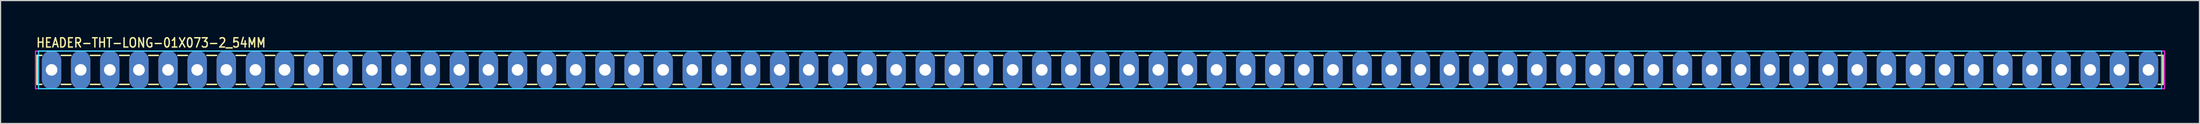
<source format=kicad_pcb>
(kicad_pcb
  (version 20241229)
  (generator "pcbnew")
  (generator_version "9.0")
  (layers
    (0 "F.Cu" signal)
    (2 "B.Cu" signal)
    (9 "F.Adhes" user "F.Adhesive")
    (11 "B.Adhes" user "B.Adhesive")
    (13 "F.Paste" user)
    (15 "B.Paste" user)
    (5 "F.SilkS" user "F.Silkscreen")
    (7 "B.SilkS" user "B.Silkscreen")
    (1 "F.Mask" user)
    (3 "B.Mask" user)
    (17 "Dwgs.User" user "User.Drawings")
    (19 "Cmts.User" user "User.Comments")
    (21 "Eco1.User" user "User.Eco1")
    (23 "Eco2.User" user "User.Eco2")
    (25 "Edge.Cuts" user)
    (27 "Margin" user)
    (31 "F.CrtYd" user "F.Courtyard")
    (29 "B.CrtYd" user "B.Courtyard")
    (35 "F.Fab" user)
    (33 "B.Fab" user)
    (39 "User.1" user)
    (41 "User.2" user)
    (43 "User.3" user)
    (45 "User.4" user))
  (footprint "HEADER-THT-LONG-01X073-2_54MM"
    (layer "F.Cu")
    (at 1.447 3.079)
    (property "Reference" "HEADER-THT-LONG-01X073-2_54MM" (at -1.4 -1.9 0) (unlocked yes) (layer "F.SilkS") (effects (font (size 0.813 0.695) (thickness 0.122)) (justify left bottom)))
    (fp_line (start -1.27 -1.27) (end -1.27 1.27) (stroke (width 0.127) (type solid)) (layer "F.SilkS"))
    (fp_line (start -1.27 1.27) (end -0.85 1.27) (stroke (width 0.127) (type solid)) (layer "F.SilkS"))
    (fp_line (start -0.85 -1.27) (end -1.27 -1.27) (stroke (width 0.127) (type solid)) (layer "F.SilkS"))
    (fp_line (start 0.85 -1.27) (end 1.69 -1.27) (stroke (width 0.127) (type solid)) (layer "F.SilkS"))
    (fp_line (start 0.85 1.27) (end 1.69 1.27) (stroke (width 0.127) (type solid)) (layer "F.SilkS"))
    (fp_line (start 3.39 -1.27) (end 4.23 -1.27) (stroke (width 0.127) (type solid)) (layer "F.SilkS"))
    (fp_line (start 3.39 1.27) (end 4.23 1.27) (stroke (width 0.127) (type solid)) (layer "F.SilkS"))
    (fp_line (start 5.93 -1.27) (end 6.77 -1.27) (stroke (width 0.127) (type solid)) (layer "F.SilkS"))
    (fp_line (start 5.93 1.27) (end 6.77 1.27) (stroke (width 0.127) (type solid)) (layer "F.SilkS"))
    (fp_line (start 8.47 -1.27) (end 9.31 -1.27) (stroke (width 0.127) (type solid)) (layer "F.SilkS"))
    (fp_line (start 8.47 1.27) (end 9.31 1.27) (stroke (width 0.127) (type solid)) (layer "F.SilkS"))
    (fp_line (start 11.01 -1.27) (end 11.85 -1.27) (stroke (width 0.127) (type solid)) (layer "F.SilkS"))
    (fp_line (start 11.01 1.27) (end 11.85 1.27) (stroke (width 0.127) (type solid)) (layer "F.SilkS"))
    (fp_line (start 13.55 -1.27) (end 14.39 -1.27) (stroke (width 0.127) (type solid)) (layer "F.SilkS"))
    (fp_line (start 13.55 1.27) (end 14.39 1.27) (stroke (width 0.127) (type solid)) (layer "F.SilkS"))
    (fp_line (start 16.09 -1.27) (end 16.93 -1.27) (stroke (width 0.127) (type solid)) (layer "F.SilkS"))
    (fp_line (start 16.09 1.27) (end 16.93 1.27) (stroke (width 0.127) (type solid)) (layer "F.SilkS"))
    (fp_line (start 18.63 -1.27) (end 19.47 -1.27) (stroke (width 0.127) (type solid)) (layer "F.SilkS"))
    (fp_line (start 18.63 1.27) (end 19.47 1.27) (stroke (width 0.127) (type solid)) (layer "F.SilkS"))
    (fp_line (start 21.17 -1.27) (end 22.01 -1.27) (stroke (width 0.127) (type solid)) (layer "F.SilkS"))
    (fp_line (start 21.17 1.27) (end 22.01 1.27) (stroke (width 0.127) (type solid)) (layer "F.SilkS"))
    (fp_line (start 23.71 -1.27) (end 24.55 -1.27) (stroke (width 0.127) (type solid)) (layer "F.SilkS"))
    (fp_line (start 23.71 1.27) (end 24.55 1.27) (stroke (width 0.127) (type solid)) (layer "F.SilkS"))
    (fp_line (start 26.25 -1.27) (end 27.09 -1.27) (stroke (width 0.127) (type solid)) (layer "F.SilkS"))
    (fp_line (start 26.25 1.27) (end 27.09 1.27) (stroke (width 0.127) (type solid)) (layer "F.SilkS"))
    (fp_line (start 28.79 -1.27) (end 29.63 -1.27) (stroke (width 0.127) (type solid)) (layer "F.SilkS"))
    (fp_line (start 28.79 1.27) (end 29.63 1.27) (stroke (width 0.127) (type solid)) (layer "F.SilkS"))
    (fp_line (start 31.33 -1.27) (end 32.17 -1.27) (stroke (width 0.127) (type solid)) (layer "F.SilkS"))
    (fp_line (start 31.33 1.27) (end 32.17 1.27) (stroke (width 0.127) (type solid)) (layer "F.SilkS"))
    (fp_line (start 33.87 -1.27) (end 34.71 -1.27) (stroke (width 0.127) (type solid)) (layer "F.SilkS"))
    (fp_line (start 33.87 1.27) (end 34.71 1.27) (stroke (width 0.127) (type solid)) (layer "F.SilkS"))
    (fp_line (start 36.41 -1.27) (end 37.25 -1.27) (stroke (width 0.127) (type solid)) (layer "F.SilkS"))
    (fp_line (start 36.41 1.27) (end 37.25 1.27) (stroke (width 0.127) (type solid)) (layer "F.SilkS"))
    (fp_line (start 38.95 -1.27) (end 39.79 -1.27) (stroke (width 0.127) (type solid)) (layer "F.SilkS"))
    (fp_line (start 38.95 1.27) (end 39.79 1.27) (stroke (width 0.127) (type solid)) (layer "F.SilkS"))
    (fp_line (start 41.49 -1.27) (end 42.33 -1.27) (stroke (width 0.127) (type solid)) (layer "F.SilkS"))
    (fp_line (start 41.49 1.27) (end 42.33 1.27) (stroke (width 0.127) (type solid)) (layer "F.SilkS"))
    (fp_line (start 44.03 -1.27) (end 44.87 -1.27) (stroke (width 0.127) (type solid)) (layer "F.SilkS"))
    (fp_line (start 44.03 1.27) (end 44.87 1.27) (stroke (width 0.127) (type solid)) (layer "F.SilkS"))
    (fp_line (start 46.57 -1.27) (end 47.41 -1.27) (stroke (width 0.127) (type solid)) (layer "F.SilkS"))
    (fp_line (start 46.57 1.27) (end 47.41 1.27) (stroke (width 0.127) (type solid)) (layer "F.SilkS"))
    (fp_line (start 49.11 -1.27) (end 49.95 -1.27) (stroke (width 0.127) (type solid)) (layer "F.SilkS"))
    (fp_line (start 49.11 1.27) (end 49.95 1.27) (stroke (width 0.127) (type solid)) (layer "F.SilkS"))
    (fp_line (start 51.65 -1.27) (end 52.49 -1.27) (stroke (width 0.127) (type solid)) (layer "F.SilkS"))
    (fp_line (start 51.65 1.27) (end 52.49 1.27) (stroke (width 0.127) (type solid)) (layer "F.SilkS"))
    (fp_line (start 54.19 -1.27) (end 55.03 -1.27) (stroke (width 0.127) (type solid)) (layer "F.SilkS"))
    (fp_line (start 54.19 1.27) (end 55.03 1.27) (stroke (width 0.127) (type solid)) (layer "F.SilkS"))
    (fp_line (start 56.73 -1.27) (end 57.57 -1.27) (stroke (width 0.127) (type solid)) (layer "F.SilkS"))
    (fp_line (start 56.73 1.27) (end 57.57 1.27) (stroke (width 0.127) (type solid)) (layer "F.SilkS"))
    (fp_line (start 59.27 -1.27) (end 60.11 -1.27) (stroke (width 0.127) (type solid)) (layer "F.SilkS"))
    (fp_line (start 59.27 1.27) (end 60.11 1.27) (stroke (width 0.127) (type solid)) (layer "F.SilkS"))
    (fp_line (start 61.81 -1.27) (end 62.65 -1.27) (stroke (width 0.127) (type solid)) (layer "F.SilkS"))
    (fp_line (start 61.81 1.27) (end 62.65 1.27) (stroke (width 0.127) (type solid)) (layer "F.SilkS"))
    (fp_line (start 64.35 -1.27) (end 65.19 -1.27) (stroke (width 0.127) (type solid)) (layer "F.SilkS"))
    (fp_line (start 64.35 1.27) (end 65.19 1.27) (stroke (width 0.127) (type solid)) (layer "F.SilkS"))
    (fp_line (start 66.89 -1.27) (end 67.73 -1.27) (stroke (width 0.127) (type solid)) (layer "F.SilkS"))
    (fp_line (start 66.89 1.27) (end 67.73 1.27) (stroke (width 0.127) (type solid)) (layer "F.SilkS"))
    (fp_line (start 69.43 -1.27) (end 70.27 -1.27) (stroke (width 0.127) (type solid)) (layer "F.SilkS"))
    (fp_line (start 69.43 1.27) (end 70.27 1.27) (stroke (width 0.127) (type solid)) (layer "F.SilkS"))
    (fp_line (start 71.97 -1.27) (end 72.81 -1.27) (stroke (width 0.127) (type solid)) (layer "F.SilkS"))
    (fp_line (start 71.97 1.27) (end 72.81 1.27) (stroke (width 0.127) (type solid)) (layer "F.SilkS"))
    (fp_line (start 74.51 -1.27) (end 75.35 -1.27) (stroke (width 0.127) (type solid)) (layer "F.SilkS"))
    (fp_line (start 74.51 1.27) (end 75.35 1.27) (stroke (width 0.127) (type solid)) (layer "F.SilkS"))
    (fp_line (start 77.05 -1.27) (end 77.89 -1.27) (stroke (width 0.127) (type solid)) (layer "F.SilkS"))
    (fp_line (start 77.05 1.27) (end 77.89 1.27) (stroke (width 0.127) (type solid)) (layer "F.SilkS"))
    (fp_line (start 79.59 -1.27) (end 80.43 -1.27) (stroke (width 0.127) (type solid)) (layer "F.SilkS"))
    (fp_line (start 79.59 1.27) (end 80.43 1.27) (stroke (width 0.127) (type solid)) (layer "F.SilkS"))
    (fp_line (start 82.13 -1.27) (end 82.97 -1.27) (stroke (width 0.127) (type solid)) (layer "F.SilkS"))
    (fp_line (start 82.13 1.27) (end 82.97 1.27) (stroke (width 0.127) (type solid)) (layer "F.SilkS"))
    (fp_line (start 84.67 -1.27) (end 85.51 -1.27) (stroke (width 0.127) (type solid)) (layer "F.SilkS"))
    (fp_line (start 84.67 1.27) (end 85.51 1.27) (stroke (width 0.127) (type solid)) (layer "F.SilkS"))
    (fp_line (start 87.21 -1.27) (end 88.05 -1.27) (stroke (width 0.127) (type solid)) (layer "F.SilkS"))
    (fp_line (start 87.21 1.27) (end 88.05 1.27) (stroke (width 0.127) (type solid)) (layer "F.SilkS"))
    (fp_line (start 89.75 -1.27) (end 90.59 -1.27) (stroke (width 0.127) (type solid)) (layer "F.SilkS"))
    (fp_line (start 89.75 1.27) (end 90.59 1.27) (stroke (width 0.127) (type solid)) (layer "F.SilkS"))
    (fp_line (start 92.29 -1.27) (end 93.13 -1.27) (stroke (width 0.127) (type solid)) (layer "F.SilkS"))
    (fp_line (start 92.29 1.27) (end 93.13 1.27) (stroke (width 0.127) (type solid)) (layer "F.SilkS"))
    (fp_line (start 94.83 -1.27) (end 95.67 -1.27) (stroke (width 0.127) (type solid)) (layer "F.SilkS"))
    (fp_line (start 94.83 1.27) (end 95.67 1.27) (stroke (width 0.127) (type solid)) (layer "F.SilkS"))
    (fp_line (start 97.37 -1.27) (end 98.21 -1.27) (stroke (width 0.127) (type solid)) (layer "F.SilkS"))
    (fp_line (start 97.37 1.27) (end 98.21 1.27) (stroke (width 0.127) (type solid)) (layer "F.SilkS"))
    (fp_line (start 99.91 -1.27) (end 100.75 -1.27) (stroke (width 0.127) (type solid)) (layer "F.SilkS"))
    (fp_line (start 99.91 1.27) (end 100.75 1.27) (stroke (width 0.127) (type solid)) (layer "F.SilkS"))
    (fp_line (start 102.45 -1.27) (end 103.29 -1.27) (stroke (width 0.127) (type solid)) (layer "F.SilkS"))
    (fp_line (start 102.45 1.27) (end 103.29 1.27) (stroke (width 0.127) (type solid)) (layer "F.SilkS"))
    (fp_line (start 104.99 -1.27) (end 105.83 -1.27) (stroke (width 0.127) (type solid)) (layer "F.SilkS"))
    (fp_line (start 104.99 1.27) (end 105.83 1.27) (stroke (width 0.127) (type solid)) (layer "F.SilkS"))
    (fp_line (start 107.53 -1.27) (end 108.37 -1.27) (stroke (width 0.127) (type solid)) (layer "F.SilkS"))
    (fp_line (start 107.53 1.27) (end 108.37 1.27) (stroke (width 0.127) (type solid)) (layer "F.SilkS"))
    (fp_line (start 110.07 -1.27) (end 110.91 -1.27) (stroke (width 0.127) (type solid)) (layer "F.SilkS"))
    (fp_line (start 110.07 1.27) (end 110.91 1.27) (stroke (width 0.127) (type solid)) (layer "F.SilkS"))
    (fp_line (start 112.61 -1.27) (end 113.45 -1.27) (stroke (width 0.127) (type solid)) (layer "F.SilkS"))
    (fp_line (start 112.61 1.27) (end 113.45 1.27) (stroke (width 0.127) (type solid)) (layer "F.SilkS"))
    (fp_line (start 115.15 -1.27) (end 115.99 -1.27) (stroke (width 0.127) (type solid)) (layer "F.SilkS"))
    (fp_line (start 115.15 1.27) (end 115.99 1.27) (stroke (width 0.127) (type solid)) (layer "F.SilkS"))
    (fp_line (start 117.69 -1.27) (end 118.53 -1.27) (stroke (width 0.127) (type solid)) (layer "F.SilkS"))
    (fp_line (start 117.69 1.27) (end 118.53 1.27) (stroke (width 0.127) (type solid)) (layer "F.SilkS"))
    (fp_line (start 120.23 -1.27) (end 121.07 -1.27) (stroke (width 0.127) (type solid)) (layer "F.SilkS"))
    (fp_line (start 120.23 1.27) (end 121.07 1.27) (stroke (width 0.127) (type solid)) (layer "F.SilkS"))
    (fp_line (start 122.77 -1.27) (end 123.61 -1.27) (stroke (width 0.127) (type solid)) (layer "F.SilkS"))
    (fp_line (start 122.77 1.27) (end 123.61 1.27) (stroke (width 0.127) (type solid)) (layer "F.SilkS"))
    (fp_line (start 125.31 -1.27) (end 126.15 -1.27) (stroke (width 0.127) (type solid)) (layer "F.SilkS"))
    (fp_line (start 125.31 1.27) (end 126.15 1.27) (stroke (width 0.127) (type solid)) (layer "F.SilkS"))
    (fp_line (start 127.85 -1.27) (end 128.69 -1.27) (stroke (width 0.127) (type solid)) (layer "F.SilkS"))
    (fp_line (start 127.85 1.27) (end 128.69 1.27) (stroke (width 0.127) (type solid)) (layer "F.SilkS"))
    (fp_line (start 130.39 -1.27) (end 131.23 -1.27) (stroke (width 0.127) (type solid)) (layer "F.SilkS"))
    (fp_line (start 130.39 1.27) (end 131.23 1.27) (stroke (width 0.127) (type solid)) (layer "F.SilkS"))
    (fp_line (start 132.93 -1.27) (end 133.77 -1.27) (stroke (width 0.127) (type solid)) (layer "F.SilkS"))
    (fp_line (start 132.93 1.27) (end 133.77 1.27) (stroke (width 0.127) (type solid)) (layer "F.SilkS"))
    (fp_line (start 135.47 -1.27) (end 136.31 -1.27) (stroke (width 0.127) (type solid)) (layer "F.SilkS"))
    (fp_line (start 135.47 1.27) (end 136.31 1.27) (stroke (width 0.127) (type solid)) (layer "F.SilkS"))
    (fp_line (start 138.01 -1.27) (end 138.85 -1.27) (stroke (width 0.127) (type solid)) (layer "F.SilkS"))
    (fp_line (start 138.01 1.27) (end 138.85 1.27) (stroke (width 0.127) (type solid)) (layer "F.SilkS"))
    (fp_line (start 140.55 -1.27) (end 141.39 -1.27) (stroke (width 0.127) (type solid)) (layer "F.SilkS"))
    (fp_line (start 140.55 1.27) (end 141.39 1.27) (stroke (width 0.127) (type solid)) (layer "F.SilkS"))
    (fp_line (start 143.09 -1.27) (end 143.93 -1.27) (stroke (width 0.127) (type solid)) (layer "F.SilkS"))
    (fp_line (start 143.09 1.27) (end 143.93 1.27) (stroke (width 0.127) (type solid)) (layer "F.SilkS"))
    (fp_line (start 145.63 -1.27) (end 146.47 -1.27) (stroke (width 0.127) (type solid)) (layer "F.SilkS"))
    (fp_line (start 145.63 1.27) (end 146.47 1.27) (stroke (width 0.127) (type solid)) (layer "F.SilkS"))
    (fp_line (start 148.17 -1.27) (end 149.01 -1.27) (stroke (width 0.127) (type solid)) (layer "F.SilkS"))
    (fp_line (start 148.17 1.27) (end 149.01 1.27) (stroke (width 0.127) (type solid)) (layer "F.SilkS"))
    (fp_line (start 150.71 -1.27) (end 151.55 -1.27) (stroke (width 0.127) (type solid)) (layer "F.SilkS"))
    (fp_line (start 150.71 1.27) (end 151.55 1.27) (stroke (width 0.127) (type solid)) (layer "F.SilkS"))
    (fp_line (start 153.25 -1.27) (end 154.09 -1.27) (stroke (width 0.127) (type solid)) (layer "F.SilkS"))
    (fp_line (start 153.25 1.27) (end 154.09 1.27) (stroke (width 0.127) (type solid)) (layer "F.SilkS"))
    (fp_line (start 155.79 -1.27) (end 156.63 -1.27) (stroke (width 0.127) (type solid)) (layer "F.SilkS"))
    (fp_line (start 155.79 1.27) (end 156.63 1.27) (stroke (width 0.127) (type solid)) (layer "F.SilkS"))
    (fp_line (start 158.33 -1.27) (end 159.17 -1.27) (stroke (width 0.127) (type solid)) (layer "F.SilkS"))
    (fp_line (start 158.33 1.27) (end 159.17 1.27) (stroke (width 0.127) (type solid)) (layer "F.SilkS"))
    (fp_line (start 160.87 -1.27) (end 161.71 -1.27) (stroke (width 0.127) (type solid)) (layer "F.SilkS"))
    (fp_line (start 160.87 1.27) (end 161.71 1.27) (stroke (width 0.127) (type solid)) (layer "F.SilkS"))
    (fp_line (start 163.41 -1.27) (end 164.25 -1.27) (stroke (width 0.127) (type solid)) (layer "F.SilkS"))
    (fp_line (start 163.41 1.27) (end 164.25 1.27) (stroke (width 0.127) (type solid)) (layer "F.SilkS"))
    (fp_line (start 165.95 -1.27) (end 166.79 -1.27) (stroke (width 0.127) (type solid)) (layer "F.SilkS"))
    (fp_line (start 165.95 1.27) (end 166.79 1.27) (stroke (width 0.127) (type solid)) (layer "F.SilkS"))
    (fp_line (start 168.49 -1.27) (end 169.33 -1.27) (stroke (width 0.127) (type solid)) (layer "F.SilkS"))
    (fp_line (start 168.49 1.27) (end 169.33 1.27) (stroke (width 0.127) (type solid)) (layer "F.SilkS"))
    (fp_line (start 171.03 -1.27) (end 171.87 -1.27) (stroke (width 0.127) (type solid)) (layer "F.SilkS"))
    (fp_line (start 171.03 1.27) (end 171.87 1.27) (stroke (width 0.127) (type solid)) (layer "F.SilkS"))
    (fp_line (start 173.57 -1.27) (end 174.41 -1.27) (stroke (width 0.127) (type solid)) (layer "F.SilkS"))
    (fp_line (start 173.57 1.27) (end 174.41 1.27) (stroke (width 0.127) (type solid)) (layer "F.SilkS"))
    (fp_line (start 176.11 -1.27) (end 176.95 -1.27) (stroke (width 0.127) (type solid)) (layer "F.SilkS"))
    (fp_line (start 176.11 1.27) (end 176.95 1.27) (stroke (width 0.127) (type solid)) (layer "F.SilkS"))
    (fp_line (start 178.65 -1.27) (end 179.49 -1.27) (stroke (width 0.127) (type solid)) (layer "F.SilkS"))
    (fp_line (start 178.65 1.27) (end 179.49 1.27) (stroke (width 0.127) (type solid)) (layer "F.SilkS"))
    (fp_line (start 181.19 -1.27) (end 182.03 -1.27) (stroke (width 0.127) (type solid)) (layer "F.SilkS"))
    (fp_line (start 181.19 1.27) (end 182.03 1.27) (stroke (width 0.127) (type solid)) (layer "F.SilkS"))
    (fp_line (start 183.73 -1.27) (end 184.15 -1.27) (stroke (width 0.127) (type solid)) (layer "F.SilkS"))
    (fp_line (start 184.15 -1.27) (end 184.15 1.27) (stroke (width 0.127) (type solid)) (layer "F.SilkS"))
    (fp_line (start 184.15 1.27) (end 183.73 1.27) (stroke (width 0.127) (type solid)) (layer "F.SilkS"))
    (fp_poly (pts (xy -1.143 -1.651) (xy 184.023 -1.651) (xy 184.023 1.651) (xy -1.143 1.651)) (stroke (width 0.1) (type solid)) (fill no) (layer "B.CrtYd"))
    (fp_poly (pts (xy -1.397 -1.651) (xy 184.277 -1.651) (xy 184.277 1.651) (xy -1.397 1.651)) (stroke (width 0.1) (type solid)) (fill no) (layer "F.CrtYd"))
    (pad "1" thru_hole oval (at 0 0 90) (size 3.387 1.693) (drill 1.016) (layers "*.Cu" "*.Mask"))
    (pad "2" thru_hole oval (at 2.54 0 90) (size 3.387 1.693) (drill 1.016) (layers "*.Cu" "*.Mask"))
    (pad "3" thru_hole oval (at 5.08 0 90) (size 3.387 1.693) (drill 1.016) (layers "*.Cu" "*.Mask"))
    (pad "4" thru_hole oval (at 7.62 0 90) (size 3.387 1.693) (drill 1.016) (layers "*.Cu" "*.Mask"))
    (pad "5" thru_hole oval (at 10.16 0 90) (size 3.387 1.693) (drill 1.016) (layers "*.Cu" "*.Mask"))
    (pad "6" thru_hole oval (at 12.7 0 90) (size 3.387 1.693) (drill 1.016) (layers "*.Cu" "*.Mask"))
    (pad "7" thru_hole oval (at 15.24 0 90) (size 3.387 1.693) (drill 1.016) (layers "*.Cu" "*.Mask"))
    (pad "8" thru_hole oval (at 17.78 0 90) (size 3.387 1.693) (drill 1.016) (layers "*.Cu" "*.Mask"))
    (pad "9" thru_hole oval (at 20.32 0 90) (size 3.387 1.693) (drill 1.016) (layers "*.Cu" "*.Mask"))
    (pad "10" thru_hole oval (at 22.86 0 90) (size 3.387 1.693) (drill 1.016) (layers "*.Cu" "*.Mask"))
    (pad "11" thru_hole oval (at 25.4 0 90) (size 3.387 1.693) (drill 1.016) (layers "*.Cu" "*.Mask"))
    (pad "12" thru_hole oval (at 27.94 0 90) (size 3.387 1.693) (drill 1.016) (layers "*.Cu" "*.Mask"))
    (pad "13" thru_hole oval (at 30.48 0 90) (size 3.387 1.693) (drill 1.016) (layers "*.Cu" "*.Mask"))
    (pad "14" thru_hole oval (at 33.02 0 90) (size 3.387 1.693) (drill 1.016) (layers "*.Cu" "*.Mask"))
    (pad "15" thru_hole oval (at 35.56 0 90) (size 3.387 1.693) (drill 1.016) (layers "*.Cu" "*.Mask"))
    (pad "16" thru_hole oval (at 38.1 0 90) (size 3.387 1.693) (drill 1.016) (layers "*.Cu" "*.Mask"))
    (pad "17" thru_hole oval (at 40.64 0 90) (size 3.387 1.693) (drill 1.016) (layers "*.Cu" "*.Mask"))
    (pad "18" thru_hole oval (at 43.18 0 90) (size 3.387 1.693) (drill 1.016) (layers "*.Cu" "*.Mask"))
    (pad "19" thru_hole oval (at 45.72 0 90) (size 3.387 1.693) (drill 1.016) (layers "*.Cu" "*.Mask"))
    (pad "20" thru_hole oval (at 48.26 0 90) (size 3.387 1.693) (drill 1.016) (layers "*.Cu" "*.Mask"))
    (pad "21" thru_hole oval (at 50.8 0 90) (size 3.387 1.693) (drill 1.016) (layers "*.Cu" "*.Mask"))
    (pad "22" thru_hole oval (at 53.34 0 90) (size 3.387 1.693) (drill 1.016) (layers "*.Cu" "*.Mask"))
    (pad "23" thru_hole oval (at 55.88 0 90) (size 3.387 1.693) (drill 1.016) (layers "*.Cu" "*.Mask"))
    (pad "24" thru_hole oval (at 58.42 0 90) (size 3.387 1.693) (drill 1.016) (layers "*.Cu" "*.Mask"))
    (pad "25" thru_hole oval (at 60.96 0 90) (size 3.387 1.693) (drill 1.016) (layers "*.Cu" "*.Mask"))
    (pad "26" thru_hole oval (at 63.5 0 90) (size 3.387 1.693) (drill 1.016) (layers "*.Cu" "*.Mask"))
    (pad "27" thru_hole oval (at 66.04 0 90) (size 3.387 1.693) (drill 1.016) (layers "*.Cu" "*.Mask"))
    (pad "28" thru_hole oval (at 68.58 0 90) (size 3.387 1.693) (drill 1.016) (layers "*.Cu" "*.Mask"))
    (pad "29" thru_hole oval (at 71.12 0 90) (size 3.387 1.693) (drill 1.016) (layers "*.Cu" "*.Mask"))
    (pad "30" thru_hole oval (at 73.66 0 90) (size 3.387 1.693) (drill 1.016) (layers "*.Cu" "*.Mask"))
    (pad "31" thru_hole oval (at 76.2 0 90) (size 3.387 1.693) (drill 1.016) (layers "*.Cu" "*.Mask"))
    (pad "32" thru_hole oval (at 78.74 0 90) (size 3.387 1.693) (drill 1.016) (layers "*.Cu" "*.Mask"))
    (pad "33" thru_hole oval (at 81.28 0 90) (size 3.387 1.693) (drill 1.016) (layers "*.Cu" "*.Mask"))
    (pad "34" thru_hole oval (at 83.82 0 90) (size 3.387 1.693) (drill 1.016) (layers "*.Cu" "*.Mask"))
    (pad "35" thru_hole oval (at 86.36 0 90) (size 3.387 1.693) (drill 1.016) (layers "*.Cu" "*.Mask"))
    (pad "36" thru_hole oval (at 88.9 0 90) (size 3.387 1.693) (drill 1.016) (layers "*.Cu" "*.Mask"))
    (pad "37" thru_hole oval (at 91.44 0 90) (size 3.387 1.693) (drill 1.016) (layers "*.Cu" "*.Mask"))
    (pad "38" thru_hole oval (at 93.98 0 90) (size 3.387 1.693) (drill 1.016) (layers "*.Cu" "*.Mask"))
    (pad "39" thru_hole oval (at 96.52 0 90) (size 3.387 1.693) (drill 1.016) (layers "*.Cu" "*.Mask"))
    (pad "40" thru_hole oval (at 99.06 0 90) (size 3.387 1.693) (drill 1.016) (layers "*.Cu" "*.Mask"))
    (pad "41" thru_hole oval (at 101.6 0 90) (size 3.387 1.693) (drill 1.016) (layers "*.Cu" "*.Mask"))
    (pad "42" thru_hole oval (at 104.14 0 90) (size 3.387 1.693) (drill 1.016) (layers "*.Cu" "*.Mask"))
    (pad "43" thru_hole oval (at 106.68 0 90) (size 3.387 1.693) (drill 1.016) (layers "*.Cu" "*.Mask"))
    (pad "44" thru_hole oval (at 109.22 0 90) (size 3.387 1.693) (drill 1.016) (layers "*.Cu" "*.Mask"))
    (pad "45" thru_hole oval (at 111.76 0 90) (size 3.387 1.693) (drill 1.016) (layers "*.Cu" "*.Mask"))
    (pad "46" thru_hole oval (at 114.3 0 90) (size 3.387 1.693) (drill 1.016) (layers "*.Cu" "*.Mask"))
    (pad "47" thru_hole oval (at 116.84 0 90) (size 3.387 1.693) (drill 1.016) (layers "*.Cu" "*.Mask"))
    (pad "48" thru_hole oval (at 119.38 0 90) (size 3.387 1.693) (drill 1.016) (layers "*.Cu" "*.Mask"))
    (pad "49" thru_hole oval (at 121.92 0 90) (size 3.387 1.693) (drill 1.016) (layers "*.Cu" "*.Mask"))
    (pad "50" thru_hole oval (at 124.46 0 90) (size 3.387 1.693) (drill 1.016) (layers "*.Cu" "*.Mask"))
    (pad "51" thru_hole oval (at 127 0 90) (size 3.387 1.693) (drill 1.016) (layers "*.Cu" "*.Mask"))
    (pad "52" thru_hole oval (at 129.54 0 90) (size 3.387 1.693) (drill 1.016) (layers "*.Cu" "*.Mask"))
    (pad "53" thru_hole oval (at 132.08 0 90) (size 3.387 1.693) (drill 1.016) (layers "*.Cu" "*.Mask"))
    (pad "54" thru_hole oval (at 134.62 0 90) (size 3.387 1.693) (drill 1.016) (layers "*.Cu" "*.Mask"))
    (pad "55" thru_hole oval (at 137.16 0 90) (size 3.387 1.693) (drill 1.016) (layers "*.Cu" "*.Mask"))
    (pad "56" thru_hole oval (at 139.7 0 90) (size 3.387 1.693) (drill 1.016) (layers "*.Cu" "*.Mask"))
    (pad "57" thru_hole oval (at 142.24 0 90) (size 3.387 1.693) (drill 1.016) (layers "*.Cu" "*.Mask"))
    (pad "58" thru_hole oval (at 144.78 0 90) (size 3.387 1.693) (drill 1.016) (layers "*.Cu" "*.Mask"))
    (pad "59" thru_hole oval (at 147.32 0 90) (size 3.387 1.693) (drill 1.016) (layers "*.Cu" "*.Mask"))
    (pad "60" thru_hole oval (at 149.86 0 90) (size 3.387 1.693) (drill 1.016) (layers "*.Cu" "*.Mask"))
    (pad "61" thru_hole oval (at 152.4 0 90) (size 3.387 1.693) (drill 1.016) (layers "*.Cu" "*.Mask"))
    (pad "62" thru_hole oval (at 154.94 0 90) (size 3.387 1.693) (drill 1.016) (layers "*.Cu" "*.Mask"))
    (pad "63" thru_hole oval (at 157.48 0 90) (size 3.387 1.693) (drill 1.016) (layers "*.Cu" "*.Mask"))
    (pad "64" thru_hole oval (at 160.02 0 90) (size 3.387 1.693) (drill 1.016) (layers "*.Cu" "*.Mask"))
    (pad "65" thru_hole oval (at 162.56 0 90) (size 3.387 1.693) (drill 1.016) (layers "*.Cu" "*.Mask"))
    (pad "66" thru_hole oval (at 165.1 0 90) (size 3.387 1.693) (drill 1.016) (layers "*.Cu" "*.Mask"))
    (pad "67" thru_hole oval (at 167.64 0 90) (size 3.387 1.693) (drill 1.016) (layers "*.Cu" "*.Mask"))
    (pad "68" thru_hole oval (at 170.18 0 90) (size 3.387 1.693) (drill 1.016) (layers "*.Cu" "*.Mask"))
    (pad "69" thru_hole oval (at 172.72 0 90) (size 3.387 1.693) (drill 1.016) (layers "*.Cu" "*.Mask"))
    (pad "70" thru_hole oval (at 175.26 0 90) (size 3.387 1.693) (drill 1.016) (layers "*.Cu" "*.Mask"))
    (pad "71" thru_hole oval (at 177.8 0 90) (size 3.387 1.693) (drill 1.016) (layers "*.Cu" "*.Mask"))
    (pad "72" thru_hole oval (at 180.34 0 90) (size 3.387 1.693) (drill 1.016) (layers "*.Cu" "*.Mask"))
    (pad "73" thru_hole oval (at 182.88 0 90) (size 3.387 1.693) (drill 1.016) (layers "*.Cu" "*.Mask")))
  (gr_rect
    (start -3 -3)
    (end 188.774 7.78)
    (stroke (width 0.1) (type default))
    (fill no)
    (layer "Edge.Cuts")))
</source>
